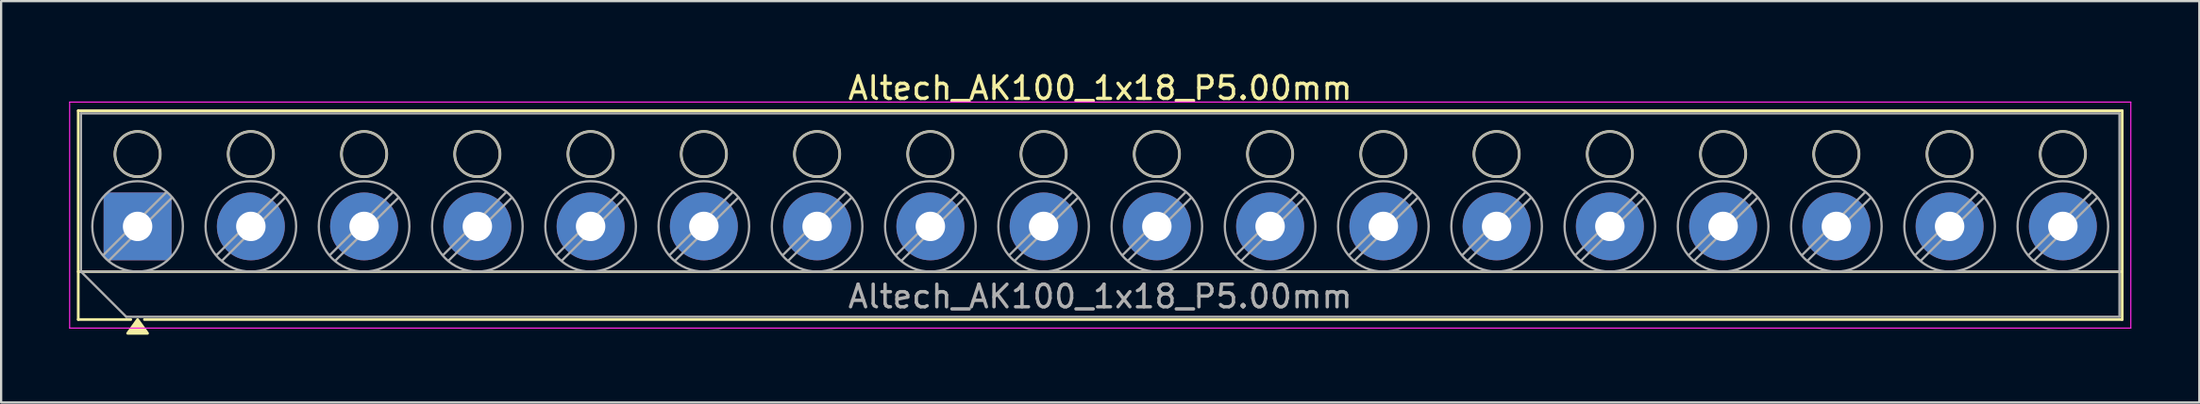
<source format=kicad_pcb>
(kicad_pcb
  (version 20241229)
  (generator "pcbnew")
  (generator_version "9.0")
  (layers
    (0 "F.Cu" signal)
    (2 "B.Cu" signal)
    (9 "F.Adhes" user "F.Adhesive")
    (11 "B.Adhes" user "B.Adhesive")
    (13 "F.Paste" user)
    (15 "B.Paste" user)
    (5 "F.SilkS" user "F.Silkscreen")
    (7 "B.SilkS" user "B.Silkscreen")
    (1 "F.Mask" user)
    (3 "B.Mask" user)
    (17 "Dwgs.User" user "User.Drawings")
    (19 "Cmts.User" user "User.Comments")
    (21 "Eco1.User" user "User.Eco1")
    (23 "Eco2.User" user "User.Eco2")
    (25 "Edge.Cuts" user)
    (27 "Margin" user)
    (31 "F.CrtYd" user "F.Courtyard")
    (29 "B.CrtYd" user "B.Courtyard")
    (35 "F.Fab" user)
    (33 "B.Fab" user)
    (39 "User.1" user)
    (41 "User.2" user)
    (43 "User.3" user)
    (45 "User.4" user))
  (footprint "Altech_AK100_1x18_P5.00mm"
    (layer "F.Cu")
    (at 3.025 6.968)
    (property "Reference" "Altech_AK100_1x18_P5.00mm" (at 42.5 -6.12 0) (layer "F.SilkS") (effects (font (size 1 1) (thickness 0.15))))
    (attr through_hole)
    (fp_line (start -2.62 -5.12) (end 87.62 -5.12) (stroke (width 0.12) (type solid)) (layer "F.SilkS"))
    (fp_line (start -2.62 2) (end 87.62 2) (stroke (width 0.12) (type solid)) (layer "F.SilkS"))
    (fp_line (start -2.62 4.12) (end -2.62 -5.12) (stroke (width 0.12) (type solid)) (layer "F.SilkS"))
    (fp_line (start -0.3 4.12) (end -2.62 4.12) (stroke (width 0.12) (type solid)) (layer "F.SilkS"))
    (fp_line (start 87.62 -5.12) (end 87.62 4.12) (stroke (width 0.12) (type solid)) (layer "F.SilkS"))
    (fp_line (start 87.62 4.12) (end 0.3 4.12) (stroke (width 0.12) (type solid)) (layer "F.SilkS"))
    (fp_circle (center 0 -3.2) (end 1 -3.2) (stroke (width 0.12) (type solid)) (fill no) (layer "F.SilkS"))
    (fp_circle (center 5 -3.2) (end 6 -3.2) (stroke (width 0.12) (type solid)) (fill no) (layer "F.SilkS"))
    (fp_circle (center 10 -3.2) (end 11 -3.2) (stroke (width 0.12) (type solid)) (fill no) (layer "F.SilkS"))
    (fp_circle (center 15 -3.2) (end 16 -3.2) (stroke (width 0.12) (type solid)) (fill no) (layer "F.SilkS"))
    (fp_circle (center 20 -3.2) (end 21 -3.2) (stroke (width 0.12) (type solid)) (fill no) (layer "F.SilkS"))
    (fp_circle (center 25 -3.2) (end 26 -3.2) (stroke (width 0.12) (type solid)) (fill no) (layer "F.SilkS"))
    (fp_circle (center 30 -3.2) (end 31 -3.2) (stroke (width 0.12) (type solid)) (fill no) (layer "F.SilkS"))
    (fp_circle (center 35 -3.2) (end 36 -3.2) (stroke (width 0.12) (type solid)) (fill no) (layer "F.SilkS"))
    (fp_circle (center 40 -3.2) (end 41 -3.2) (stroke (width 0.12) (type solid)) (fill no) (layer "F.SilkS"))
    (fp_circle (center 45 -3.2) (end 46 -3.2) (stroke (width 0.12) (type solid)) (fill no) (layer "F.SilkS"))
    (fp_circle (center 50 -3.2) (end 51 -3.2) (stroke (width 0.12) (type solid)) (fill no) (layer "F.SilkS"))
    (fp_circle (center 55 -3.2) (end 56 -3.2) (stroke (width 0.12) (type solid)) (fill no) (layer "F.SilkS"))
    (fp_circle (center 60 -3.2) (end 61 -3.2) (stroke (width 0.12) (type solid)) (fill no) (layer "F.SilkS"))
    (fp_circle (center 65 -3.2) (end 66 -3.2) (stroke (width 0.12) (type solid)) (fill no) (layer "F.SilkS"))
    (fp_circle (center 70 -3.2) (end 71 -3.2) (stroke (width 0.12) (type solid)) (fill no) (layer "F.SilkS"))
    (fp_circle (center 75 -3.2) (end 76 -3.2) (stroke (width 0.12) (type solid)) (fill no) (layer "F.SilkS"))
    (fp_circle (center 80 -3.2) (end 81 -3.2) (stroke (width 0.12) (type solid)) (fill no) (layer "F.SilkS"))
    (fp_circle (center 85 -3.2) (end 86 -3.2) (stroke (width 0.12) (type solid)) (fill no) (layer "F.SilkS"))
    (fp_poly (pts (xy 0 4.12) (xy 0.44 4.73) (xy -0.44 4.73)) (stroke (width 0.12) (type solid)) (fill yes) (layer "F.SilkS"))
    (fp_line (start -3 -5.5) (end -3 4.5) (stroke (width 0.05) (type solid)) (layer "F.CrtYd"))
    (fp_line (start -3 4.5) (end 88 4.5) (stroke (width 0.05) (type solid)) (layer "F.CrtYd"))
    (fp_line (start 88 -5.5) (end -3 -5.5) (stroke (width 0.05) (type solid)) (layer "F.CrtYd"))
    (fp_line (start 88 4.5) (end 88 -5.5) (stroke (width 0.05) (type solid)) (layer "F.CrtYd"))
    (fp_line (start -2.5 -5) (end 87.5 -5) (stroke (width 0.1) (type solid)) (layer "F.Fab"))
    (fp_line (start -2.5 2) (end -2.5 -5) (stroke (width 0.1) (type solid)) (layer "F.Fab"))
    (fp_line (start -2.5 2) (end 87.5 2) (stroke (width 0.1) (type solid)) (layer "F.Fab"))
    (fp_line (start -0.5 4) (end -2.5 2) (stroke (width 0.1) (type solid)) (layer "F.Fab"))
    (fp_line (start 1.273 -1.517) (end -1.517 1.273) (stroke (width 0.1) (type solid)) (layer "F.Fab"))
    (fp_line (start 1.517 -1.273) (end -1.273 1.517) (stroke (width 0.1) (type solid)) (layer "F.Fab"))
    (fp_line (start 6.273 -1.517) (end 3.483 1.273) (stroke (width 0.1) (type solid)) (layer "F.Fab"))
    (fp_line (start 6.517 -1.273) (end 3.727 1.517) (stroke (width 0.1) (type solid)) (layer "F.Fab"))
    (fp_line (start 11.273 -1.517) (end 8.483 1.273) (stroke (width 0.1) (type solid)) (layer "F.Fab"))
    (fp_line (start 11.517 -1.273) (end 8.727 1.517) (stroke (width 0.1) (type solid)) (layer "F.Fab"))
    (fp_line (start 16.273 -1.517) (end 13.483 1.273) (stroke (width 0.1) (type solid)) (layer "F.Fab"))
    (fp_line (start 16.517 -1.273) (end 13.727 1.517) (stroke (width 0.1) (type solid)) (layer "F.Fab"))
    (fp_line (start 21.273 -1.517) (end 18.483 1.273) (stroke (width 0.1) (type solid)) (layer "F.Fab"))
    (fp_line (start 21.517 -1.273) (end 18.727 1.517) (stroke (width 0.1) (type solid)) (layer "F.Fab"))
    (fp_line (start 26.273 -1.517) (end 23.483 1.273) (stroke (width 0.1) (type solid)) (layer "F.Fab"))
    (fp_line (start 26.517 -1.273) (end 23.727 1.517) (stroke (width 0.1) (type solid)) (layer "F.Fab"))
    (fp_line (start 31.273 -1.517) (end 28.483 1.273) (stroke (width 0.1) (type solid)) (layer "F.Fab"))
    (fp_line (start 31.517 -1.273) (end 28.727 1.517) (stroke (width 0.1) (type solid)) (layer "F.Fab"))
    (fp_line (start 36.273 -1.517) (end 33.483 1.273) (stroke (width 0.1) (type solid)) (layer "F.Fab"))
    (fp_line (start 36.517 -1.273) (end 33.727 1.517) (stroke (width 0.1) (type solid)) (layer "F.Fab"))
    (fp_line (start 41.273 -1.517) (end 38.483 1.273) (stroke (width 0.1) (type solid)) (layer "F.Fab"))
    (fp_line (start 41.517 -1.273) (end 38.727 1.517) (stroke (width 0.1) (type solid)) (layer "F.Fab"))
    (fp_line (start 46.273 -1.517) (end 43.483 1.273) (stroke (width 0.1) (type solid)) (layer "F.Fab"))
    (fp_line (start 46.517 -1.273) (end 43.727 1.517) (stroke (width 0.1) (type solid)) (layer "F.Fab"))
    (fp_line (start 51.273 -1.517) (end 48.483 1.273) (stroke (width 0.1) (type solid)) (layer "F.Fab"))
    (fp_line (start 51.517 -1.273) (end 48.727 1.517) (stroke (width 0.1) (type solid)) (layer "F.Fab"))
    (fp_line (start 56.273 -1.517) (end 53.483 1.273) (stroke (width 0.1) (type solid)) (layer "F.Fab"))
    (fp_line (start 56.517 -1.273) (end 53.727 1.517) (stroke (width 0.1) (type solid)) (layer "F.Fab"))
    (fp_line (start 61.273 -1.517) (end 58.483 1.273) (stroke (width 0.1) (type solid)) (layer "F.Fab"))
    (fp_line (start 61.517 -1.273) (end 58.727 1.517) (stroke (width 0.1) (type solid)) (layer "F.Fab"))
    (fp_line (start 66.273 -1.517) (end 63.483 1.273) (stroke (width 0.1) (type solid)) (layer "F.Fab"))
    (fp_line (start 66.517 -1.273) (end 63.727 1.517) (stroke (width 0.1) (type solid)) (layer "F.Fab"))
    (fp_line (start 71.273 -1.517) (end 68.483 1.273) (stroke (width 0.1) (type solid)) (layer "F.Fab"))
    (fp_line (start 71.517 -1.273) (end 68.727 1.517) (stroke (width 0.1) (type solid)) (layer "F.Fab"))
    (fp_line (start 76.273 -1.517) (end 73.483 1.273) (stroke (width 0.1) (type solid)) (layer "F.Fab"))
    (fp_line (start 76.517 -1.273) (end 73.727 1.517) (stroke (width 0.1) (type solid)) (layer "F.Fab"))
    (fp_line (start 81.273 -1.517) (end 78.483 1.273) (stroke (width 0.1) (type solid)) (layer "F.Fab"))
    (fp_line (start 81.517 -1.273) (end 78.727 1.517) (stroke (width 0.1) (type solid)) (layer "F.Fab"))
    (fp_line (start 86.273 -1.517) (end 83.483 1.273) (stroke (width 0.1) (type solid)) (layer "F.Fab"))
    (fp_line (start 86.517 -1.273) (end 83.727 1.517) (stroke (width 0.1) (type solid)) (layer "F.Fab"))
    (fp_line (start 87.5 -5) (end 87.5 4) (stroke (width 0.1) (type solid)) (layer "F.Fab"))
    (fp_line (start 87.5 4) (end -0.5 4) (stroke (width 0.1) (type solid)) (layer "F.Fab"))
    (fp_circle (center 0 -3.2) (end 1 -3.2) (stroke (width 0.1) (type solid)) (fill no) (layer "F.Fab"))
    (fp_circle (center 0 0) (end 2 0) (stroke (width 0.1) (type solid)) (fill no) (layer "F.Fab"))
    (fp_circle (center 5 -3.2) (end 6 -3.2) (stroke (width 0.1) (type solid)) (fill no) (layer "F.Fab"))
    (fp_circle (center 5 0) (end 7 0) (stroke (width 0.1) (type solid)) (fill no) (layer "F.Fab"))
    (fp_circle (center 10 -3.2) (end 11 -3.2) (stroke (width 0.1) (type solid)) (fill no) (layer "F.Fab"))
    (fp_circle (center 10 0) (end 12 0) (stroke (width 0.1) (type solid)) (fill no) (layer "F.Fab"))
    (fp_circle (center 15 -3.2) (end 16 -3.2) (stroke (width 0.1) (type solid)) (fill no) (layer "F.Fab"))
    (fp_circle (center 15 0) (end 17 0) (stroke (width 0.1) (type solid)) (fill no) (layer "F.Fab"))
    (fp_circle (center 20 -3.2) (end 21 -3.2) (stroke (width 0.1) (type solid)) (fill no) (layer "F.Fab"))
    (fp_circle (center 20 0) (end 22 0) (stroke (width 0.1) (type solid)) (fill no) (layer "F.Fab"))
    (fp_circle (center 25 -3.2) (end 26 -3.2) (stroke (width 0.1) (type solid)) (fill no) (layer "F.Fab"))
    (fp_circle (center 25 0) (end 27 0) (stroke (width 0.1) (type solid)) (fill no) (layer "F.Fab"))
    (fp_circle (center 30 -3.2) (end 31 -3.2) (stroke (width 0.1) (type solid)) (fill no) (layer "F.Fab"))
    (fp_circle (center 30 0) (end 32 0) (stroke (width 0.1) (type solid)) (fill no) (layer "F.Fab"))
    (fp_circle (center 35 -3.2) (end 36 -3.2) (stroke (width 0.1) (type solid)) (fill no) (layer "F.Fab"))
    (fp_circle (center 35 0) (end 37 0) (stroke (width 0.1) (type solid)) (fill no) (layer "F.Fab"))
    (fp_circle (center 40 -3.2) (end 41 -3.2) (stroke (width 0.1) (type solid)) (fill no) (layer "F.Fab"))
    (fp_circle (center 40 0) (end 42 0) (stroke (width 0.1) (type solid)) (fill no) (layer "F.Fab"))
    (fp_circle (center 45 -3.2) (end 46 -3.2) (stroke (width 0.1) (type solid)) (fill no) (layer "F.Fab"))
    (fp_circle (center 45 0) (end 47 0) (stroke (width 0.1) (type solid)) (fill no) (layer "F.Fab"))
    (fp_circle (center 50 -3.2) (end 51 -3.2) (stroke (width 0.1) (type solid)) (fill no) (layer "F.Fab"))
    (fp_circle (center 50 0) (end 52 0) (stroke (width 0.1) (type solid)) (fill no) (layer "F.Fab"))
    (fp_circle (center 55 -3.2) (end 56 -3.2) (stroke (width 0.1) (type solid)) (fill no) (layer "F.Fab"))
    (fp_circle (center 55 0) (end 57 0) (stroke (width 0.1) (type solid)) (fill no) (layer "F.Fab"))
    (fp_circle (center 60 -3.2) (end 61 -3.2) (stroke (width 0.1) (type solid)) (fill no) (layer "F.Fab"))
    (fp_circle (center 60 0) (end 62 0) (stroke (width 0.1) (type solid)) (fill no) (layer "F.Fab"))
    (fp_circle (center 65 -3.2) (end 66 -3.2) (stroke (width 0.1) (type solid)) (fill no) (layer "F.Fab"))
    (fp_circle (center 65 0) (end 67 0) (stroke (width 0.1) (type solid)) (fill no) (layer "F.Fab"))
    (fp_circle (center 70 -3.2) (end 71 -3.2) (stroke (width 0.1) (type solid)) (fill no) (layer "F.Fab"))
    (fp_circle (center 70 0) (end 72 0) (stroke (width 0.1) (type solid)) (fill no) (layer "F.Fab"))
    (fp_circle (center 75 -3.2) (end 76 -3.2) (stroke (width 0.1) (type solid)) (fill no) (layer "F.Fab"))
    (fp_circle (center 75 0) (end 77 0) (stroke (width 0.1) (type solid)) (fill no) (layer "F.Fab"))
    (fp_circle (center 80 -3.2) (end 81 -3.2) (stroke (width 0.1) (type solid)) (fill no) (layer "F.Fab"))
    (fp_circle (center 80 0) (end 82 0) (stroke (width 0.1) (type solid)) (fill no) (layer "F.Fab"))
    (fp_circle (center 85 -3.2) (end 86 -3.2) (stroke (width 0.1) (type solid)) (fill no) (layer "F.Fab"))
    (fp_circle (center 85 0) (end 87 0) (stroke (width 0.1) (type solid)) (fill no) (layer "F.Fab"))
    (fp_text user "${REFERENCE}" (at 42.5 3.1 0) (layer "F.Fab") (effects (font (size 1 1) (thickness 0.15))))
    (pad "1" thru_hole roundrect (at 0 0) (size 3 3) (drill 1.3) (layers "*.Cu" "*.Mask") (roundrect_rratio 0.083))
    (pad "2" thru_hole circle (at 5 0) (size 3 3) (drill 1.3) (layers "*.Cu" "*.Mask"))
    (pad "3" thru_hole circle (at 10 0) (size 3 3) (drill 1.3) (layers "*.Cu" "*.Mask"))
    (pad "4" thru_hole circle (at 15 0) (size 3 3) (drill 1.3) (layers "*.Cu" "*.Mask"))
    (pad "5" thru_hole circle (at 20 0) (size 3 3) (drill 1.3) (layers "*.Cu" "*.Mask"))
    (pad "6" thru_hole circle (at 25 0) (size 3 3) (drill 1.3) (layers "*.Cu" "*.Mask"))
    (pad "7" thru_hole circle (at 30 0) (size 3 3) (drill 1.3) (layers "*.Cu" "*.Mask"))
    (pad "8" thru_hole circle (at 35 0) (size 3 3) (drill 1.3) (layers "*.Cu" "*.Mask"))
    (pad "9" thru_hole circle (at 40 0) (size 3 3) (drill 1.3) (layers "*.Cu" "*.Mask"))
    (pad "10" thru_hole circle (at 45 0) (size 3 3) (drill 1.3) (layers "*.Cu" "*.Mask"))
    (pad "11" thru_hole circle (at 50 0) (size 3 3) (drill 1.3) (layers "*.Cu" "*.Mask"))
    (pad "12" thru_hole circle (at 55 0) (size 3 3) (drill 1.3) (layers "*.Cu" "*.Mask"))
    (pad "13" thru_hole circle (at 60 0) (size 3 3) (drill 1.3) (layers "*.Cu" "*.Mask"))
    (pad "14" thru_hole circle (at 65 0) (size 3 3) (drill 1.3) (layers "*.Cu" "*.Mask"))
    (pad "15" thru_hole circle (at 70 0) (size 3 3) (drill 1.3) (layers "*.Cu" "*.Mask"))
    (pad "16" thru_hole circle (at 75 0) (size 3 3) (drill 1.3) (layers "*.Cu" "*.Mask"))
    (pad "17" thru_hole circle (at 80 0) (size 3 3) (drill 1.3) (layers "*.Cu" "*.Mask"))
    (pad "18" thru_hole circle (at 85 0) (size 3 3) (drill 1.3) (layers "*.Cu" "*.Mask")))
  (gr_rect
    (start -3 -3)
    (end 94.05 14.758)
    (stroke (width 0.1) (type default))
    (fill no)
    (layer "Edge.Cuts")))
</source>
